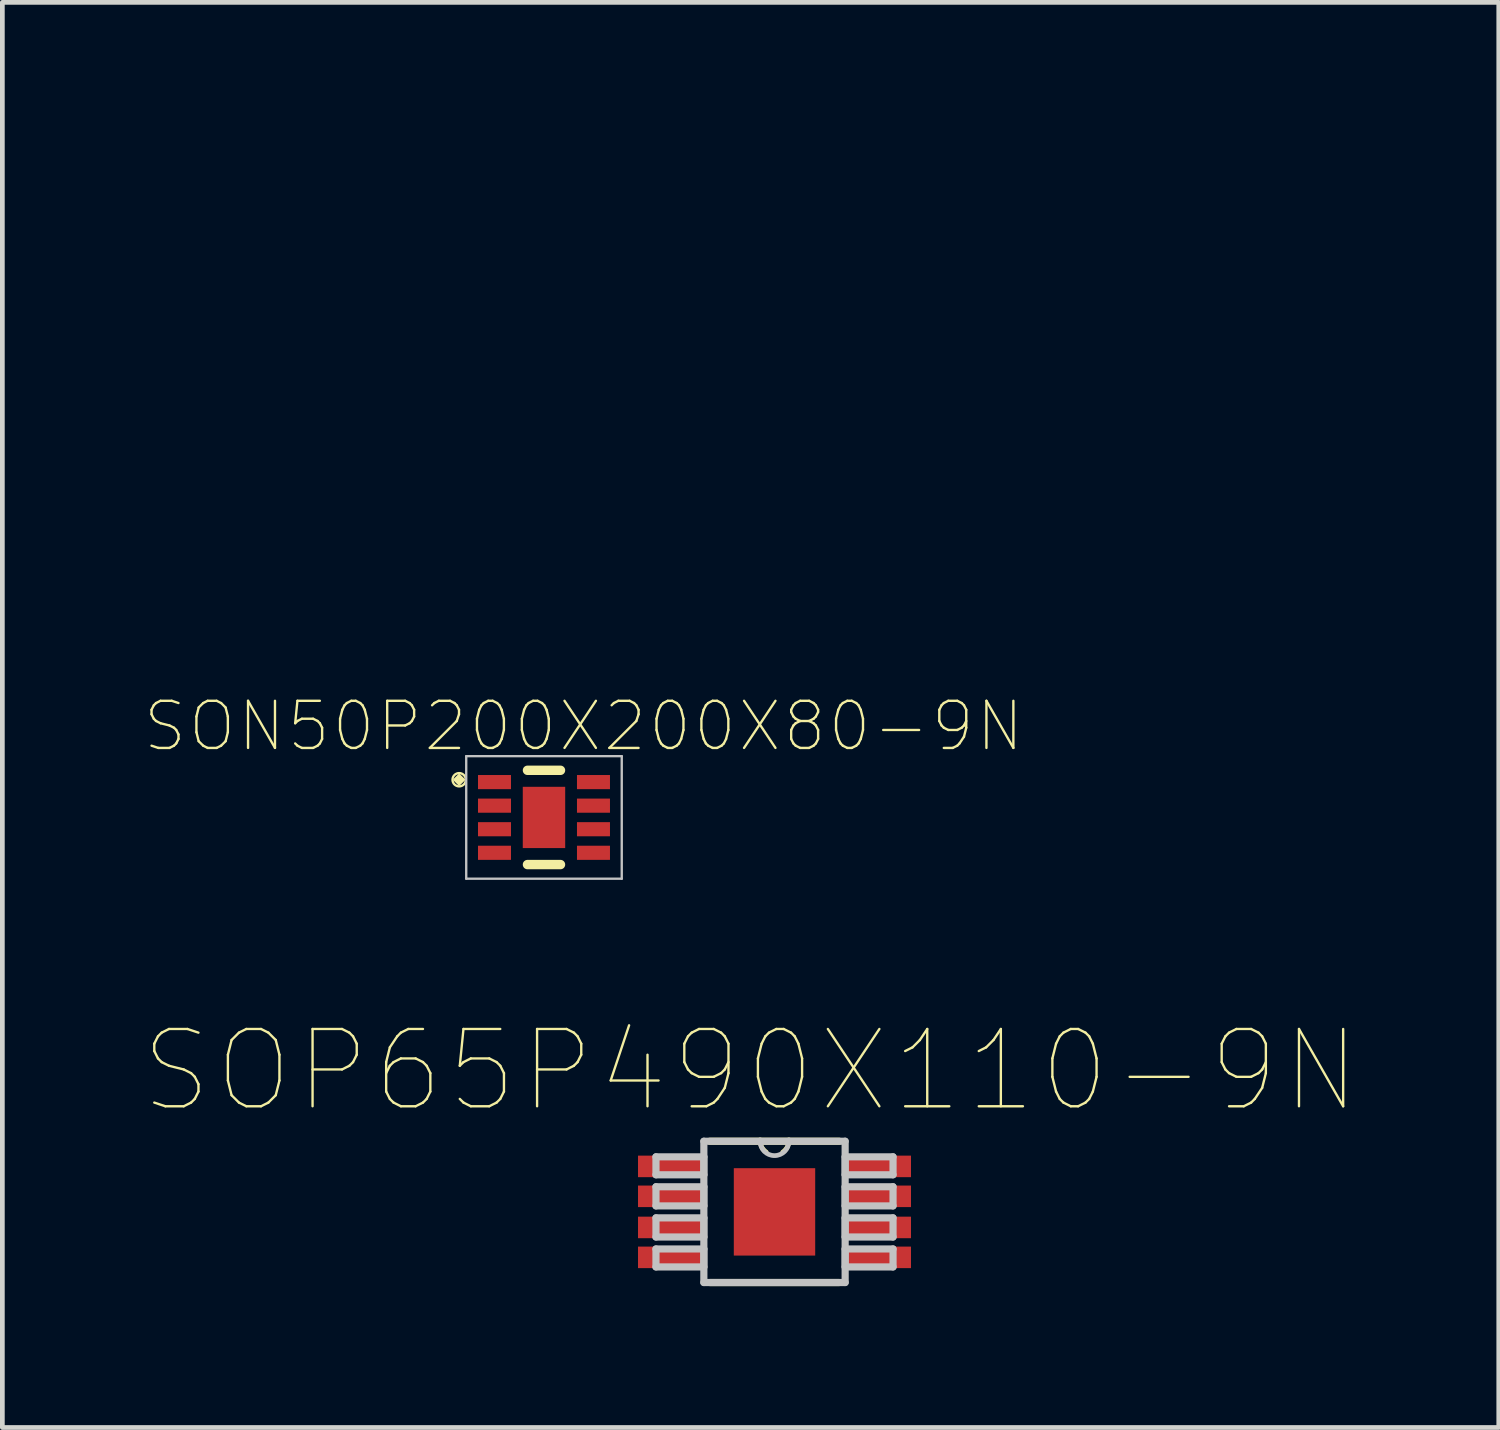
<source format=kicad_pcb>
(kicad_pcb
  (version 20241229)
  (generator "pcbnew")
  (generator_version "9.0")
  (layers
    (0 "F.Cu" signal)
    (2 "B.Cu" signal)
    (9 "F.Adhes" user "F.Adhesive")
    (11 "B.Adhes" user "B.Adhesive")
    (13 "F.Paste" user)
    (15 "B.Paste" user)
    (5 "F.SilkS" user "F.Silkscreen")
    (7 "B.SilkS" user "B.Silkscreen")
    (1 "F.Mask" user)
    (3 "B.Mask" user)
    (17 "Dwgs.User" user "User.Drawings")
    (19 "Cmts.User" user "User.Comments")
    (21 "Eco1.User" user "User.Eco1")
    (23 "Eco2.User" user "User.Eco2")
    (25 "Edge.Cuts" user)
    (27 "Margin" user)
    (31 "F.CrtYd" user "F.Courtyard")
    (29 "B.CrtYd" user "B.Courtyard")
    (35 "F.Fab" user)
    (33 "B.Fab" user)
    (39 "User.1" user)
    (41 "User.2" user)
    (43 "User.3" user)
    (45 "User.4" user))
  (footprint "SOP65P490X110-9N"
    (layer "F.Cu")
    (at 13.383 22.663)
    (property "Reference" "SOP65P490X110-9N" (at -0.508 -2.997 0) (layer "F.SilkS") (effects (font (size 1.64 1.64) (thickness 0.05))))
    (attr smd)
    (fp_line (start -1.372 1.499) (end 1.372 1.499) (stroke (width 0.152) (type solid)) (layer "F.SilkS"))
    (fp_line (start -0.305 -1.499) (end -1.372 -1.499) (stroke (width 0.152) (type solid)) (layer "F.SilkS"))
    (fp_line (start 0.305 -1.499) (end -0.305 -1.499) (stroke (width 0.152) (type solid)) (layer "F.SilkS"))
    (fp_line (start 1.372 -1.499) (end 0.305 -1.499) (stroke (width 0.152) (type solid)) (layer "F.SilkS"))
    (fp_arc (start -0.177803 -1.269998) (mid -0.26769 -1.369639) (end -0.3048 -1.4986) (stroke (width 0.1) (type solid)) (layer "F.SilkS"))
    (fp_arc (start 0.304797 -1.498599) (mid 0.267687 -1.36964) (end 0.1778 -1.27) (stroke (width 0.1) (type solid)) (layer "F.SilkS"))
    (fp_line (start -2.515 -1.168) (end -2.515 -0.787) (stroke (width 0.152) (type solid)) (layer "Dwgs.User"))
    (fp_line (start -2.515 -0.787) (end -1.499 -0.787) (stroke (width 0.152) (type solid)) (layer "Dwgs.User"))
    (fp_line (start -2.515 -0.533) (end -2.515 -0.127) (stroke (width 0.152) (type solid)) (layer "Dwgs.User"))
    (fp_line (start -2.515 -0.127) (end -1.499 -0.127) (stroke (width 0.152) (type solid)) (layer "Dwgs.User"))
    (fp_line (start -2.515 0.127) (end -2.515 0.533) (stroke (width 0.152) (type solid)) (layer "Dwgs.User"))
    (fp_line (start -2.515 0.533) (end -1.499 0.533) (stroke (width 0.152) (type solid)) (layer "Dwgs.User"))
    (fp_line (start -2.515 0.787) (end -2.515 1.168) (stroke (width 0.152) (type solid)) (layer "Dwgs.User"))
    (fp_line (start -2.515 1.168) (end -1.499 1.168) (stroke (width 0.152) (type solid)) (layer "Dwgs.User"))
    (fp_line (start -1.499 -1.499) (end -1.499 1.499) (stroke (width 0.152) (type solid)) (layer "Dwgs.User"))
    (fp_line (start -1.499 -1.168) (end -2.515 -1.168) (stroke (width 0.152) (type solid)) (layer "Dwgs.User"))
    (fp_line (start -1.499 -0.787) (end -1.499 -1.168) (stroke (width 0.152) (type solid)) (layer "Dwgs.User"))
    (fp_line (start -1.499 -0.533) (end -2.515 -0.533) (stroke (width 0.152) (type solid)) (layer "Dwgs.User"))
    (fp_line (start -1.499 -0.127) (end -1.499 -0.533) (stroke (width 0.152) (type solid)) (layer "Dwgs.User"))
    (fp_line (start -1.499 0.127) (end -2.515 0.127) (stroke (width 0.152) (type solid)) (layer "Dwgs.User"))
    (fp_line (start -1.499 0.533) (end -1.499 0.127) (stroke (width 0.152) (type solid)) (layer "Dwgs.User"))
    (fp_line (start -1.499 0.787) (end -2.515 0.787) (stroke (width 0.152) (type solid)) (layer "Dwgs.User"))
    (fp_line (start -1.499 1.168) (end -1.499 0.787) (stroke (width 0.152) (type solid)) (layer "Dwgs.User"))
    (fp_line (start -1.499 1.499) (end 1.499 1.499) (stroke (width 0.152) (type solid)) (layer "Dwgs.User"))
    (fp_line (start -0.305 -1.499) (end -1.499 -1.499) (stroke (width 0.152) (type solid)) (layer "Dwgs.User"))
    (fp_line (start 0.305 -1.499) (end -0.305 -1.499) (stroke (width 0.152) (type solid)) (layer "Dwgs.User"))
    (fp_line (start 1.499 -1.499) (end 0.305 -1.499) (stroke (width 0.152) (type solid)) (layer "Dwgs.User"))
    (fp_line (start 1.499 -1.168) (end 1.499 -0.787) (stroke (width 0.152) (type solid)) (layer "Dwgs.User"))
    (fp_line (start 1.499 -0.787) (end 2.515 -0.787) (stroke (width 0.152) (type solid)) (layer "Dwgs.User"))
    (fp_line (start 1.499 -0.533) (end 1.499 -0.127) (stroke (width 0.152) (type solid)) (layer "Dwgs.User"))
    (fp_line (start 1.499 -0.127) (end 2.515 -0.127) (stroke (width 0.152) (type solid)) (layer "Dwgs.User"))
    (fp_line (start 1.499 0.127) (end 1.499 0.533) (stroke (width 0.152) (type solid)) (layer "Dwgs.User"))
    (fp_line (start 1.499 0.533) (end 2.515 0.533) (stroke (width 0.152) (type solid)) (layer "Dwgs.User"))
    (fp_line (start 1.499 0.787) (end 1.499 1.168) (stroke (width 0.152) (type solid)) (layer "Dwgs.User"))
    (fp_line (start 1.499 1.168) (end 2.515 1.168) (stroke (width 0.152) (type solid)) (layer "Dwgs.User"))
    (fp_line (start 1.499 1.499) (end 1.499 -1.499) (stroke (width 0.152) (type solid)) (layer "Dwgs.User"))
    (fp_line (start 2.515 -1.168) (end 1.499 -1.168) (stroke (width 0.152) (type solid)) (layer "Dwgs.User"))
    (fp_line (start 2.515 -0.787) (end 2.515 -1.168) (stroke (width 0.152) (type solid)) (layer "Dwgs.User"))
    (fp_line (start 2.515 -0.533) (end 1.499 -0.533) (stroke (width 0.152) (type solid)) (layer "Dwgs.User"))
    (fp_line (start 2.515 -0.127) (end 2.515 -0.533) (stroke (width 0.152) (type solid)) (layer "Dwgs.User"))
    (fp_line (start 2.515 0.127) (end 1.499 0.127) (stroke (width 0.152) (type solid)) (layer "Dwgs.User"))
    (fp_line (start 2.515 0.533) (end 2.515 0.127) (stroke (width 0.152) (type solid)) (layer "Dwgs.User"))
    (fp_line (start 2.515 0.787) (end 1.499 0.787) (stroke (width 0.152) (type solid)) (layer "Dwgs.User"))
    (fp_line (start 2.515 1.168) (end 2.515 0.787) (stroke (width 0.152) (type solid)) (layer "Dwgs.User"))
    (fp_arc (start 0.3048 -1.4986) (mid 0 -1.1938) (end -0.3048 -1.4986) (stroke (width 0.1) (type solid)) (layer "Dwgs.User"))
    (pad "1" smd rect (at -2.21 -0.965) (size 1.372 0.457) (layers "F.Cu" "F.Mask" "F.Paste"))
    (pad "2" smd rect (at -2.21 -0.33) (size 1.372 0.457) (layers "F.Cu" "F.Mask" "F.Paste"))
    (pad "3" smd rect (at -2.21 0.33) (size 1.372 0.457) (layers "F.Cu" "F.Mask" "F.Paste"))
    (pad "4" smd rect (at -2.21 0.965) (size 1.372 0.457) (layers "F.Cu" "F.Mask" "F.Paste"))
    (pad "5" smd rect (at 2.21 0.965) (size 1.372 0.457) (layers "F.Cu" "F.Mask" "F.Paste"))
    (pad "6" smd rect (at 2.21 0.33) (size 1.372 0.457) (layers "F.Cu" "F.Mask" "F.Paste"))
    (pad "7" smd rect (at 2.21 -0.33) (size 1.372 0.457) (layers "F.Cu" "F.Mask" "F.Paste"))
    (pad "8" smd rect (at 2.21 -0.965) (size 1.372 0.457) (layers "F.Cu" "F.Mask" "F.Paste"))
    (pad "9" smd rect (at 0 0) (size 1.727 1.854) (layers "F.Cu" "F.Mask" "F.Paste")))
  (footprint "lightning_bmask"
    (layer "F.Cu")
    (at 9.514 1.418)
    (property "Reference" "lightning_bmask" (at 0 0 0) (layer "B.Mask") (effects (font (size 1.524 1.524) (thickness 0.3))))
    (attr through_hole)
    (fp_poly (pts (xy 0.314 -1.29) (xy 0.304 -1.262) (xy 0.288 -1.218) (xy 0.263 -1.151) (xy 0.231 -1.066) (xy 0.194 -0.965) (xy 0.153 -0.855) (xy 0.111 -0.738) (xy 0.067 -0.62) (xy 0.025 -0.505) (xy -0.015 -0.396) (xy -0.05 -0.299) (xy -0.08 -0.218) (xy -0.102 -0.156) (xy -0.115 -0.119) (xy -0.119 -0.109) (xy -0.102 -0.107) (xy -0.056 -0.105) (xy 0.015 -0.103) (xy 0.107 -0.101) (xy 0.217 -0.099) (xy 0.339 -0.098) (xy 0.369 -0.098) (xy 0.856 -0.093) (xy 0.294 0.649) (xy 0.189 0.789) (xy 0.089 0.92) (xy -0.004 1.042) (xy -0.086 1.15) (xy -0.157 1.243) (xy -0.215 1.318) (xy -0.257 1.373) (xy -0.282 1.404) (xy -0.288 1.411) (xy -0.302 1.42) (xy -0.3 1.401) (xy -0.299 1.397) (xy -0.288 1.36) (xy -0.271 1.298) (xy -0.249 1.216) (xy -0.223 1.119) (xy -0.194 1.011) (xy -0.163 0.898) (xy -0.133 0.784) (xy -0.103 0.674) (xy -0.076 0.573) (xy -0.053 0.485) (xy -0.034 0.415) (xy -0.022 0.368) (xy -0.017 0.348) (xy -0.017 0.348) (xy -0.033 0.346) (xy -0.079 0.344) (xy -0.15 0.342) (xy -0.242 0.34) (xy -0.351 0.339) (xy -0.472 0.339) (xy -0.491 0.339) (xy -0.614 0.338) (xy -0.725 0.338) (xy -0.82 0.336) (xy -0.894 0.335) (xy -0.944 0.333) (xy -0.965 0.331) (xy -0.965 0.33) (xy -0.955 0.316) (xy -0.926 0.278) (xy -0.881 0.219) (xy -0.821 0.141) (xy -0.749 0.049) (xy -0.667 -0.056) (xy -0.578 -0.171) (xy -0.483 -0.293) (xy -0.384 -0.419) (xy -0.285 -0.547) (xy -0.186 -0.672) (xy -0.091 -0.794) (xy -0.001 -0.908) (xy 0.081 -1.013) (xy 0.154 -1.105) (xy 0.214 -1.181) (xy 0.26 -1.239) (xy 0.29 -1.275) (xy 0.3 -1.287) (xy 0.314 -1.3) (xy 0.314 -1.29)) (stroke (width 0.01) (type solid)) (fill yes) (layer "B.Mask")))
  (footprint "SON50P200X200X80-9N"
    (layer "F.Cu")
    (at 8.492 14.294)
    (property "Reference" "SON50P200X200X80-9N" (at 0.84 -1.935 0) (layer "F.SilkS") (effects (font (size 1 1) (thickness 0.05))))
    (attr smd)
    (fp_line (start -0.35 -1) (end 0.35 -1) (stroke (width 0.2) (type solid)) (layer "F.SilkS"))
    (fp_line (start -0.35 1) (end 0.35 1) (stroke (width 0.2) (type solid)) (layer "F.SilkS"))
    (fp_circle (center -1.8 -0.8) (end -1.659 -0.8) (stroke (width 0.05) (type solid)) (fill no) (layer "F.SilkS"))
    (fp_poly (pts (xy -1.9 -0.8) (xy -1.8 -0.9) (xy -1.7 -0.8) (xy -1.8 -0.7)) (stroke (width 0.05) (type solid)) (fill yes) (layer "F.SilkS"))
    (fp_poly (pts (xy -0.255 -0.455) (xy 0.255 -0.455) (xy 0.255 0.455) (xy -0.255 0.455)) (stroke (width 0.381) (type solid)) (fill yes) (layer "F.Paste"))
    (fp_line (start -1.65 -1.3) (end 1.65 -1.3) (stroke (width 0.05) (type solid)) (layer "Dwgs.User"))
    (fp_line (start -1.65 1.3) (end -1.65 -1.3) (stroke (width 0.05) (type solid)) (layer "Dwgs.User"))
    (fp_line (start 1.65 -1.3) (end 1.65 1.3) (stroke (width 0.05) (type solid)) (layer "Dwgs.User"))
    (fp_line (start 1.65 1.3) (end -1.65 1.3) (stroke (width 0.05) (type solid)) (layer "Dwgs.User"))
    (pad "1" smd rect (at -1.05 -0.75) (size 0.7 0.3) (layers "F.Cu" "F.Mask" "F.Paste"))
    (pad "2" smd rect (at -1.05 -0.25) (size 0.7 0.3) (layers "F.Cu" "F.Mask" "F.Paste"))
    (pad "3" smd rect (at -1.05 0.25) (size 0.7 0.3) (layers "F.Cu" "F.Mask" "F.Paste"))
    (pad "4" smd rect (at -1.05 0.75) (size 0.7 0.3) (layers "F.Cu" "F.Mask" "F.Paste"))
    (pad "5" smd rect (at 1.05 0.75 180) (size 0.7 0.3) (layers "F.Cu" "F.Mask" "F.Paste"))
    (pad "6" smd rect (at 1.05 0.25 180) (size 0.7 0.3) (layers "F.Cu" "F.Mask" "F.Paste"))
    (pad "7" smd rect (at 1.05 -0.25 180) (size 0.7 0.3) (layers "F.Cu" "F.Mask" "F.Paste"))
    (pad "8" smd rect (at 1.05 -0.75 180) (size 0.7 0.3) (layers "F.Cu" "F.Mask" "F.Paste"))
    (pad "9" smd rect (at 0 0) (size 0.9 1.3) (layers "F.Cu" "F.Mask" "F.Paste")))
  (footprint "lightning_mask"
    (layer "F.Cu")
    (at 8.825 7.261)
    (property "Reference" "lightning_mask" (at 0 0 0) (layer "F.Mask") (effects (font (size 1.524 1.524) (thickness 0.3))))
    (attr through_hole)
    (fp_poly (pts (xy 0.314 -1.29) (xy 0.304 -1.262) (xy 0.288 -1.218) (xy 0.263 -1.151) (xy 0.231 -1.066) (xy 0.194 -0.965) (xy 0.153 -0.855) (xy 0.111 -0.738) (xy 0.067 -0.62) (xy 0.025 -0.505) (xy -0.015 -0.396) (xy -0.05 -0.299) (xy -0.08 -0.218) (xy -0.102 -0.156) (xy -0.115 -0.119) (xy -0.119 -0.109) (xy -0.102 -0.107) (xy -0.056 -0.105) (xy 0.015 -0.103) (xy 0.107 -0.101) (xy 0.217 -0.099) (xy 0.339 -0.098) (xy 0.369 -0.098) (xy 0.856 -0.093) (xy 0.294 0.649) (xy 0.189 0.789) (xy 0.089 0.92) (xy -0.004 1.042) (xy -0.086 1.15) (xy -0.157 1.243) (xy -0.215 1.318) (xy -0.257 1.373) (xy -0.282 1.404) (xy -0.288 1.411) (xy -0.302 1.42) (xy -0.3 1.401) (xy -0.299 1.397) (xy -0.288 1.36) (xy -0.271 1.298) (xy -0.249 1.216) (xy -0.223 1.119) (xy -0.194 1.011) (xy -0.163 0.898) (xy -0.133 0.784) (xy -0.103 0.674) (xy -0.076 0.573) (xy -0.053 0.485) (xy -0.034 0.415) (xy -0.022 0.368) (xy -0.017 0.348) (xy -0.017 0.348) (xy -0.033 0.346) (xy -0.079 0.344) (xy -0.15 0.342) (xy -0.242 0.34) (xy -0.351 0.339) (xy -0.472 0.339) (xy -0.491 0.339) (xy -0.614 0.338) (xy -0.725 0.338) (xy -0.82 0.336) (xy -0.894 0.335) (xy -0.944 0.333) (xy -0.965 0.331) (xy -0.965 0.33) (xy -0.955 0.316) (xy -0.926 0.278) (xy -0.881 0.219) (xy -0.821 0.141) (xy -0.749 0.049) (xy -0.667 -0.056) (xy -0.578 -0.171) (xy -0.483 -0.293) (xy -0.384 -0.419) (xy -0.285 -0.547) (xy -0.186 -0.672) (xy -0.091 -0.794) (xy -0.001 -0.908) (xy 0.081 -1.013) (xy 0.154 -1.105) (xy 0.214 -1.181) (xy 0.26 -1.239) (xy 0.29 -1.275) (xy 0.3 -1.287) (xy 0.314 -1.3) (xy 0.314 -1.29)) (stroke (width 0.01) (type solid)) (fill yes) (layer "F.Mask")))
  (gr_rect
    (start -3 -3)
    (end 28.75 27.238)
    (stroke (width 0.1) (type default))
    (fill no)
    (layer "Edge.Cuts")))
</source>
